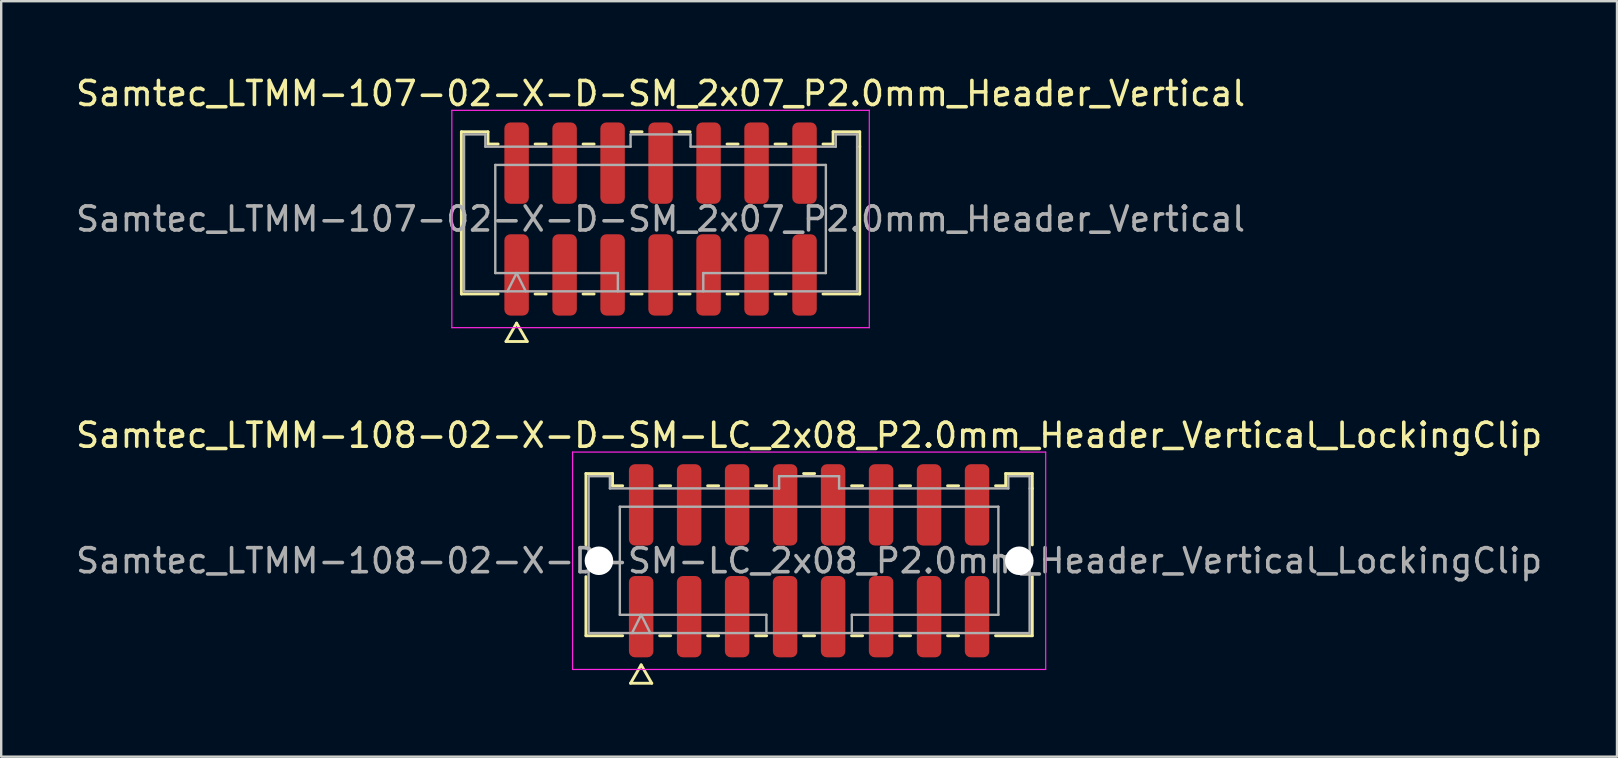
<source format=kicad_pcb>
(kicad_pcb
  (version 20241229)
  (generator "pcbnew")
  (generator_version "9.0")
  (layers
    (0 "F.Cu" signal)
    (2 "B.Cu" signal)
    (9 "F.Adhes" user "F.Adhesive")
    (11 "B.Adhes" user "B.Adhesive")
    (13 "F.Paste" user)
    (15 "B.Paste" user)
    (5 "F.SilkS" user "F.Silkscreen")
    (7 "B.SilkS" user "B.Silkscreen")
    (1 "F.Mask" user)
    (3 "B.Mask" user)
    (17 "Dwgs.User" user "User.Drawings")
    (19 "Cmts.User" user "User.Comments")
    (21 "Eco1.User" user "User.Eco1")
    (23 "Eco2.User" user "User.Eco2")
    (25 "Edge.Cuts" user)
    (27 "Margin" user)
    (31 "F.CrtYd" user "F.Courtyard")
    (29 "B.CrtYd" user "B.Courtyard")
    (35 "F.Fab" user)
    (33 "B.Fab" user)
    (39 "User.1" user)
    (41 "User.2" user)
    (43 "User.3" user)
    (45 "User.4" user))
  (footprint "Samtec_LTMM-107-02-X-D-SM_2x07_P2.0mm_Header_Vertical"
    (layer "F.Cu")
    (at 24.482 6.078)
    (property "Reference" "Samtec_LTMM-107-02-X-D-SM_2x07_P2.0mm_Header_Vertical" (at 0 -5.23 0) (layer "F.SilkS") (effects (font (size 1 1) (thickness 0.15))))
    (attr smd)
    (fp_line (start -8.302 -3.635) (end -7.192 -3.635) (stroke (width 0.12) (type solid)) (layer "F.SilkS"))
    (fp_line (start -8.302 3.125) (end -8.302 -3.635) (stroke (width 0.12) (type solid)) (layer "F.SilkS"))
    (fp_line (start -7.192 -3.635) (end -7.192 -3.125) (stroke (width 0.12) (type solid)) (layer "F.SilkS"))
    (fp_line (start -7.192 -3.125) (end -6.77 -3.125) (stroke (width 0.12) (type solid)) (layer "F.SilkS"))
    (fp_line (start -6.77 3.125) (end -8.302 3.125) (stroke (width 0.12) (type solid)) (layer "F.SilkS"))
    (fp_line (start -6.442 5.105) (end -6 4.34) (stroke (width 0.12) (type solid)) (layer "F.SilkS"))
    (fp_line (start -6 4.34) (end -5.558 5.105) (stroke (width 0.12) (type solid)) (layer "F.SilkS"))
    (fp_line (start -5.558 5.105) (end -6.442 5.105) (stroke (width 0.12) (type solid)) (layer "F.SilkS"))
    (fp_line (start -5.23 -3.125) (end -4.77 -3.125) (stroke (width 0.12) (type solid)) (layer "F.SilkS"))
    (fp_line (start -4.77 3.125) (end -5.23 3.125) (stroke (width 0.12) (type solid)) (layer "F.SilkS"))
    (fp_line (start -3.23 -3.125) (end -2.77 -3.125) (stroke (width 0.12) (type solid)) (layer "F.SilkS"))
    (fp_line (start -2.77 3.125) (end -3.23 3.125) (stroke (width 0.12) (type solid)) (layer "F.SilkS"))
    (fp_line (start -1.23 -3.635) (end -0.77 -3.635) (stroke (width 0.12) (type solid)) (layer "F.SilkS"))
    (fp_line (start -0.77 3.125) (end -1.23 3.125) (stroke (width 0.12) (type solid)) (layer "F.SilkS"))
    (fp_line (start 0.77 -3.635) (end 1.23 -3.635) (stroke (width 0.12) (type solid)) (layer "F.SilkS"))
    (fp_line (start 1.23 3.125) (end 0.77 3.125) (stroke (width 0.12) (type solid)) (layer "F.SilkS"))
    (fp_line (start 2.77 -3.125) (end 3.23 -3.125) (stroke (width 0.12) (type solid)) (layer "F.SilkS"))
    (fp_line (start 3.23 3.125) (end 2.77 3.125) (stroke (width 0.12) (type solid)) (layer "F.SilkS"))
    (fp_line (start 4.77 -3.125) (end 5.23 -3.125) (stroke (width 0.12) (type solid)) (layer "F.SilkS"))
    (fp_line (start 5.23 3.125) (end 4.77 3.125) (stroke (width 0.12) (type solid)) (layer "F.SilkS"))
    (fp_line (start 6.77 -3.125) (end 7.192 -3.125) (stroke (width 0.12) (type solid)) (layer "F.SilkS"))
    (fp_line (start 7.192 -3.635) (end 8.302 -3.635) (stroke (width 0.12) (type solid)) (layer "F.SilkS"))
    (fp_line (start 7.192 -3.125) (end 7.192 -3.635) (stroke (width 0.12) (type solid)) (layer "F.SilkS"))
    (fp_line (start 8.302 -3.635) (end 8.302 -3.015) (stroke (width 0.12) (type solid)) (layer "F.SilkS"))
    (fp_line (start 8.302 -3.015) (end 8.302 3.125) (stroke (width 0.12) (type solid)) (layer "F.SilkS"))
    (fp_line (start 8.302 3.125) (end 6.77 3.125) (stroke (width 0.12) (type solid)) (layer "F.SilkS"))
    (fp_line (start -8.7 -4.53) (end -8.7 4.53) (stroke (width 0.05) (type solid)) (layer "F.CrtYd"))
    (fp_line (start -8.7 4.53) (end 8.7 4.53) (stroke (width 0.05) (type solid)) (layer "F.CrtYd"))
    (fp_line (start 8.7 -4.53) (end -8.7 -4.53) (stroke (width 0.05) (type solid)) (layer "F.CrtYd"))
    (fp_line (start 8.7 4.53) (end 8.7 -4.53) (stroke (width 0.05) (type solid)) (layer "F.CrtYd"))
    (fp_line (start -8.191 -3.525) (end -7.303 -3.525) (stroke (width 0.1) (type solid)) (layer "F.Fab"))
    (fp_line (start -8.191 3.015) (end -8.191 -3.525) (stroke (width 0.1) (type solid)) (layer "F.Fab"))
    (fp_line (start -7.303 -3.525) (end -7.303 -3.015) (stroke (width 0.1) (type solid)) (layer "F.Fab"))
    (fp_line (start -7.303 -3.015) (end -1.25 -3.015) (stroke (width 0.1) (type solid)) (layer "F.Fab"))
    (fp_line (start -6.889 -2.253) (end 6.889 -2.253) (stroke (width 0.1) (type solid)) (layer "F.Fab"))
    (fp_line (start -6.889 2.253) (end -6.889 -2.253) (stroke (width 0.1) (type solid)) (layer "F.Fab"))
    (fp_line (start -6.381 3.015) (end -6 2.253) (stroke (width 0.1) (type solid)) (layer "F.Fab"))
    (fp_line (start -6 2.253) (end -5.619 3.015) (stroke (width 0.1) (type solid)) (layer "F.Fab"))
    (fp_line (start -1.78 2.253) (end -6.889 2.253) (stroke (width 0.1) (type solid)) (layer "F.Fab"))
    (fp_line (start -1.78 3.015) (end -1.78 2.253) (stroke (width 0.1) (type solid)) (layer "F.Fab"))
    (fp_line (start -1.25 -3.525) (end 1.25 -3.525) (stroke (width 0.1) (type solid)) (layer "F.Fab"))
    (fp_line (start -1.25 -3.015) (end -1.25 -3.525) (stroke (width 0.1) (type solid)) (layer "F.Fab"))
    (fp_line (start 1.25 -3.525) (end 1.25 -3.015) (stroke (width 0.1) (type solid)) (layer "F.Fab"))
    (fp_line (start 1.25 -3.015) (end 7.303 -3.015) (stroke (width 0.1) (type solid)) (layer "F.Fab"))
    (fp_line (start 1.78 2.253) (end 1.78 3.015) (stroke (width 0.1) (type solid)) (layer "F.Fab"))
    (fp_line (start 6.889 -2.253) (end 6.889 2.253) (stroke (width 0.1) (type solid)) (layer "F.Fab"))
    (fp_line (start 6.889 2.253) (end 1.78 2.253) (stroke (width 0.1) (type solid)) (layer "F.Fab"))
    (fp_line (start 7.303 -3.525) (end 8.191 -3.525) (stroke (width 0.1) (type solid)) (layer "F.Fab"))
    (fp_line (start 7.303 -3.015) (end 7.303 -3.525) (stroke (width 0.1) (type solid)) (layer "F.Fab"))
    (fp_line (start 8.191 -3.525) (end 8.191 -3.015) (stroke (width 0.1) (type solid)) (layer "F.Fab"))
    (fp_line (start 8.191 -3.015) (end 8.191 3.015) (stroke (width 0.1) (type solid)) (layer "F.Fab"))
    (fp_line (start 8.191 3.015) (end -8.191 3.015) (stroke (width 0.1) (type solid)) (layer "F.Fab"))
    (fp_text user "${REFERENCE}" (at 0 0 0) (layer "F.Fab") (effects (font (size 1 1) (thickness 0.15))))
    (pad "1" smd roundrect (at -6 2.33) (size 1.02 3.39) (layers "F.Cu" "F.Mask" "F.Paste") (roundrect_rratio 0.245))
    (pad "2" smd roundrect (at -6 -2.33) (size 1.02 3.39) (layers "F.Cu" "F.Mask" "F.Paste") (roundrect_rratio 0.245))
    (pad "3" smd roundrect (at -4 2.33) (size 1.02 3.39) (layers "F.Cu" "F.Mask" "F.Paste") (roundrect_rratio 0.245))
    (pad "4" smd roundrect (at -4 -2.33) (size 1.02 3.39) (layers "F.Cu" "F.Mask" "F.Paste") (roundrect_rratio 0.245))
    (pad "5" smd roundrect (at -2 2.33) (size 1.02 3.39) (layers "F.Cu" "F.Mask" "F.Paste") (roundrect_rratio 0.245))
    (pad "6" smd roundrect (at -2 -2.33) (size 1.02 3.39) (layers "F.Cu" "F.Mask" "F.Paste") (roundrect_rratio 0.245))
    (pad "7" smd roundrect (at 0 2.33) (size 1.02 3.39) (layers "F.Cu" "F.Mask" "F.Paste") (roundrect_rratio 0.245))
    (pad "8" smd roundrect (at 0 -2.33) (size 1.02 3.39) (layers "F.Cu" "F.Mask" "F.Paste") (roundrect_rratio 0.245))
    (pad "9" smd roundrect (at 2 2.33) (size 1.02 3.39) (layers "F.Cu" "F.Mask" "F.Paste") (roundrect_rratio 0.245))
    (pad "10" smd roundrect (at 2 -2.33) (size 1.02 3.39) (layers "F.Cu" "F.Mask" "F.Paste") (roundrect_rratio 0.245))
    (pad "11" smd roundrect (at 4 2.33) (size 1.02 3.39) (layers "F.Cu" "F.Mask" "F.Paste") (roundrect_rratio 0.245))
    (pad "12" smd roundrect (at 4 -2.33) (size 1.02 3.39) (layers "F.Cu" "F.Mask" "F.Paste") (roundrect_rratio 0.245))
    (pad "13" smd roundrect (at 6 2.33) (size 1.02 3.39) (layers "F.Cu" "F.Mask" "F.Paste") (roundrect_rratio 0.245))
    (pad "14" smd roundrect (at 6 -2.33) (size 1.02 3.39) (layers "F.Cu" "F.Mask" "F.Paste") (roundrect_rratio 0.245)))
  (footprint "Samtec_LTMM-108-02-X-D-SM-LC_2x08_P2.0mm_Header_Vertical_LockingClip"
    (layer "F.Cu")
    (at 30.673 20.322)
    (property "Reference" "Samtec_LTMM-108-02-X-D-SM-LC_2x08_P2.0mm_Header_Vertical_LockingClip" (at 0 -5.23 0) (layer "F.SilkS") (effects (font (size 1 1) (thickness 0.15))))
    (attr smd)
    (fp_line (start -9.302 -3.635) (end -8.193 -3.635) (stroke (width 0.12) (type solid)) (layer "F.SilkS"))
    (fp_line (start -9.302 -0.662) (end -9.302 -3.635) (stroke (width 0.12) (type solid)) (layer "F.SilkS"))
    (fp_line (start -9.302 3.125) (end -9.302 0.662) (stroke (width 0.12) (type solid)) (layer "F.SilkS"))
    (fp_line (start -8.193 -3.635) (end -8.193 -3.125) (stroke (width 0.12) (type solid)) (layer "F.SilkS"))
    (fp_line (start -8.193 -3.125) (end -7.77 -3.125) (stroke (width 0.12) (type solid)) (layer "F.SilkS"))
    (fp_line (start -7.77 3.125) (end -9.302 3.125) (stroke (width 0.12) (type solid)) (layer "F.SilkS"))
    (fp_line (start -7.442 5.105) (end -7 4.34) (stroke (width 0.12) (type solid)) (layer "F.SilkS"))
    (fp_line (start -7 4.34) (end -6.558 5.105) (stroke (width 0.12) (type solid)) (layer "F.SilkS"))
    (fp_line (start -6.558 5.105) (end -7.442 5.105) (stroke (width 0.12) (type solid)) (layer "F.SilkS"))
    (fp_line (start -6.23 -3.125) (end -5.77 -3.125) (stroke (width 0.12) (type solid)) (layer "F.SilkS"))
    (fp_line (start -5.77 3.125) (end -6.23 3.125) (stroke (width 0.12) (type solid)) (layer "F.SilkS"))
    (fp_line (start -4.23 -3.125) (end -3.77 -3.125) (stroke (width 0.12) (type solid)) (layer "F.SilkS"))
    (fp_line (start -3.77 3.125) (end -4.23 3.125) (stroke (width 0.12) (type solid)) (layer "F.SilkS"))
    (fp_line (start -2.23 -3.125) (end -1.77 -3.125) (stroke (width 0.12) (type solid)) (layer "F.SilkS"))
    (fp_line (start -1.77 3.125) (end -2.23 3.125) (stroke (width 0.12) (type solid)) (layer "F.SilkS"))
    (fp_line (start -0.23 -3.635) (end 0.23 -3.635) (stroke (width 0.12) (type solid)) (layer "F.SilkS"))
    (fp_line (start 0.23 3.125) (end -0.23 3.125) (stroke (width 0.12) (type solid)) (layer "F.SilkS"))
    (fp_line (start 1.77 -3.125) (end 2.23 -3.125) (stroke (width 0.12) (type solid)) (layer "F.SilkS"))
    (fp_line (start 2.23 3.125) (end 1.77 3.125) (stroke (width 0.12) (type solid)) (layer "F.SilkS"))
    (fp_line (start 3.77 -3.125) (end 4.23 -3.125) (stroke (width 0.12) (type solid)) (layer "F.SilkS"))
    (fp_line (start 4.23 3.125) (end 3.77 3.125) (stroke (width 0.12) (type solid)) (layer "F.SilkS"))
    (fp_line (start 5.77 -3.125) (end 6.23 -3.125) (stroke (width 0.12) (type solid)) (layer "F.SilkS"))
    (fp_line (start 6.23 3.125) (end 5.77 3.125) (stroke (width 0.12) (type solid)) (layer "F.SilkS"))
    (fp_line (start 7.77 -3.125) (end 8.193 -3.125) (stroke (width 0.12) (type solid)) (layer "F.SilkS"))
    (fp_line (start 8.193 -3.635) (end 9.302 -3.635) (stroke (width 0.12) (type solid)) (layer "F.SilkS"))
    (fp_line (start 8.193 -3.125) (end 8.193 -3.635) (stroke (width 0.12) (type solid)) (layer "F.SilkS"))
    (fp_line (start 9.302 -3.635) (end 9.302 -3.015) (stroke (width 0.12) (type solid)) (layer "F.SilkS"))
    (fp_line (start 9.302 -3.015) (end 9.302 -0.662) (stroke (width 0.12) (type solid)) (layer "F.SilkS"))
    (fp_line (start 9.302 0.662) (end 9.302 3.125) (stroke (width 0.12) (type solid)) (layer "F.SilkS"))
    (fp_line (start 9.302 3.125) (end 7.77 3.125) (stroke (width 0.12) (type solid)) (layer "F.SilkS"))
    (fp_line (start -9.86 -4.53) (end -9.86 4.53) (stroke (width 0.05) (type solid)) (layer "F.CrtYd"))
    (fp_line (start -9.86 4.53) (end 9.86 4.53) (stroke (width 0.05) (type solid)) (layer "F.CrtYd"))
    (fp_line (start 9.86 -4.53) (end -9.86 -4.53) (stroke (width 0.05) (type solid)) (layer "F.CrtYd"))
    (fp_line (start 9.86 4.53) (end 9.86 -4.53) (stroke (width 0.05) (type solid)) (layer "F.CrtYd"))
    (fp_line (start -9.191 -3.525) (end -8.303 -3.525) (stroke (width 0.1) (type solid)) (layer "F.Fab"))
    (fp_line (start -9.191 3.015) (end -9.191 -3.525) (stroke (width 0.1) (type solid)) (layer "F.Fab"))
    (fp_line (start -8.303 -3.525) (end -8.303 -3.015) (stroke (width 0.1) (type solid)) (layer "F.Fab"))
    (fp_line (start -8.303 -3.015) (end -1.25 -3.015) (stroke (width 0.1) (type solid)) (layer "F.Fab"))
    (fp_line (start -7.889 -2.253) (end 7.889 -2.253) (stroke (width 0.1) (type solid)) (layer "F.Fab"))
    (fp_line (start -7.889 2.253) (end -7.889 -2.253) (stroke (width 0.1) (type solid)) (layer "F.Fab"))
    (fp_line (start -7.381 3.015) (end -7 2.253) (stroke (width 0.1) (type solid)) (layer "F.Fab"))
    (fp_line (start -7 2.253) (end -6.619 3.015) (stroke (width 0.1) (type solid)) (layer "F.Fab"))
    (fp_line (start -1.78 2.253) (end -7.889 2.253) (stroke (width 0.1) (type solid)) (layer "F.Fab"))
    (fp_line (start -1.78 3.015) (end -1.78 2.253) (stroke (width 0.1) (type solid)) (layer "F.Fab"))
    (fp_line (start -1.25 -3.525) (end 1.25 -3.525) (stroke (width 0.1) (type solid)) (layer "F.Fab"))
    (fp_line (start -1.25 -3.015) (end -1.25 -3.525) (stroke (width 0.1) (type solid)) (layer "F.Fab"))
    (fp_line (start 1.25 -3.525) (end 1.25 -3.015) (stroke (width 0.1) (type solid)) (layer "F.Fab"))
    (fp_line (start 1.25 -3.015) (end 8.303 -3.015) (stroke (width 0.1) (type solid)) (layer "F.Fab"))
    (fp_line (start 1.78 2.253) (end 1.78 3.015) (stroke (width 0.1) (type solid)) (layer "F.Fab"))
    (fp_line (start 7.889 -2.253) (end 7.889 2.253) (stroke (width 0.1) (type solid)) (layer "F.Fab"))
    (fp_line (start 7.889 2.253) (end 1.78 2.253) (stroke (width 0.1) (type solid)) (layer "F.Fab"))
    (fp_line (start 8.303 -3.525) (end 9.191 -3.525) (stroke (width 0.1) (type solid)) (layer "F.Fab"))
    (fp_line (start 8.303 -3.015) (end 8.303 -3.525) (stroke (width 0.1) (type solid)) (layer "F.Fab"))
    (fp_line (start 9.191 -3.525) (end 9.191 -3.015) (stroke (width 0.1) (type solid)) (layer "F.Fab"))
    (fp_line (start 9.191 -3.015) (end 9.191 3.015) (stroke (width 0.1) (type solid)) (layer "F.Fab"))
    (fp_line (start 9.191 3.015) (end -9.191 3.015) (stroke (width 0.1) (type solid)) (layer "F.Fab"))
    (fp_text user "${REFERENCE}" (at 0 0 0) (layer "F.Fab") (effects (font (size 1 1) (thickness 0.15))))
    (pad "" np_thru_hole circle (at -8.76 0) (size 1.19 1.19) (drill 1.19) (layers "*.Cu" "*.Mask"))
    (pad "" np_thru_hole circle (at 8.76 0) (size 1.19 1.19) (drill 1.19) (layers "*.Cu" "*.Mask"))
    (pad "1" smd roundrect (at -7 2.33) (size 1.02 3.39) (layers "F.Cu" "F.Mask" "F.Paste") (roundrect_rratio 0.245))
    (pad "2" smd roundrect (at -7 -2.33) (size 1.02 3.39) (layers "F.Cu" "F.Mask" "F.Paste") (roundrect_rratio 0.245))
    (pad "3" smd roundrect (at -5 2.33) (size 1.02 3.39) (layers "F.Cu" "F.Mask" "F.Paste") (roundrect_rratio 0.245))
    (pad "4" smd roundrect (at -5 -2.33) (size 1.02 3.39) (layers "F.Cu" "F.Mask" "F.Paste") (roundrect_rratio 0.245))
    (pad "5" smd roundrect (at -3 2.33) (size 1.02 3.39) (layers "F.Cu" "F.Mask" "F.Paste") (roundrect_rratio 0.245))
    (pad "6" smd roundrect (at -3 -2.33) (size 1.02 3.39) (layers "F.Cu" "F.Mask" "F.Paste") (roundrect_rratio 0.245))
    (pad "7" smd roundrect (at -1 2.33) (size 1.02 3.39) (layers "F.Cu" "F.Mask" "F.Paste") (roundrect_rratio 0.245))
    (pad "8" smd roundrect (at -1 -2.33) (size 1.02 3.39) (layers "F.Cu" "F.Mask" "F.Paste") (roundrect_rratio 0.245))
    (pad "9" smd roundrect (at 1 2.33) (size 1.02 3.39) (layers "F.Cu" "F.Mask" "F.Paste") (roundrect_rratio 0.245))
    (pad "10" smd roundrect (at 1 -2.33) (size 1.02 3.39) (layers "F.Cu" "F.Mask" "F.Paste") (roundrect_rratio 0.245))
    (pad "11" smd roundrect (at 3 2.33) (size 1.02 3.39) (layers "F.Cu" "F.Mask" "F.Paste") (roundrect_rratio 0.245))
    (pad "12" smd roundrect (at 3 -2.33) (size 1.02 3.39) (layers "F.Cu" "F.Mask" "F.Paste") (roundrect_rratio 0.245))
    (pad "13" smd roundrect (at 5 2.33) (size 1.02 3.39) (layers "F.Cu" "F.Mask" "F.Paste") (roundrect_rratio 0.245))
    (pad "14" smd roundrect (at 5 -2.33) (size 1.02 3.39) (layers "F.Cu" "F.Mask" "F.Paste") (roundrect_rratio 0.245))
    (pad "15" smd roundrect (at 7 2.33) (size 1.02 3.39) (layers "F.Cu" "F.Mask" "F.Paste") (roundrect_rratio 0.245))
    (pad "16" smd roundrect (at 7 -2.33) (size 1.02 3.39) (layers "F.Cu" "F.Mask" "F.Paste") (roundrect_rratio 0.245)))
  (gr_rect
    (start -3 -3)
    (end 64.345 28.486)
    (stroke (width 0.1) (type default))
    (fill no)
    (layer "Edge.Cuts")))
</source>
